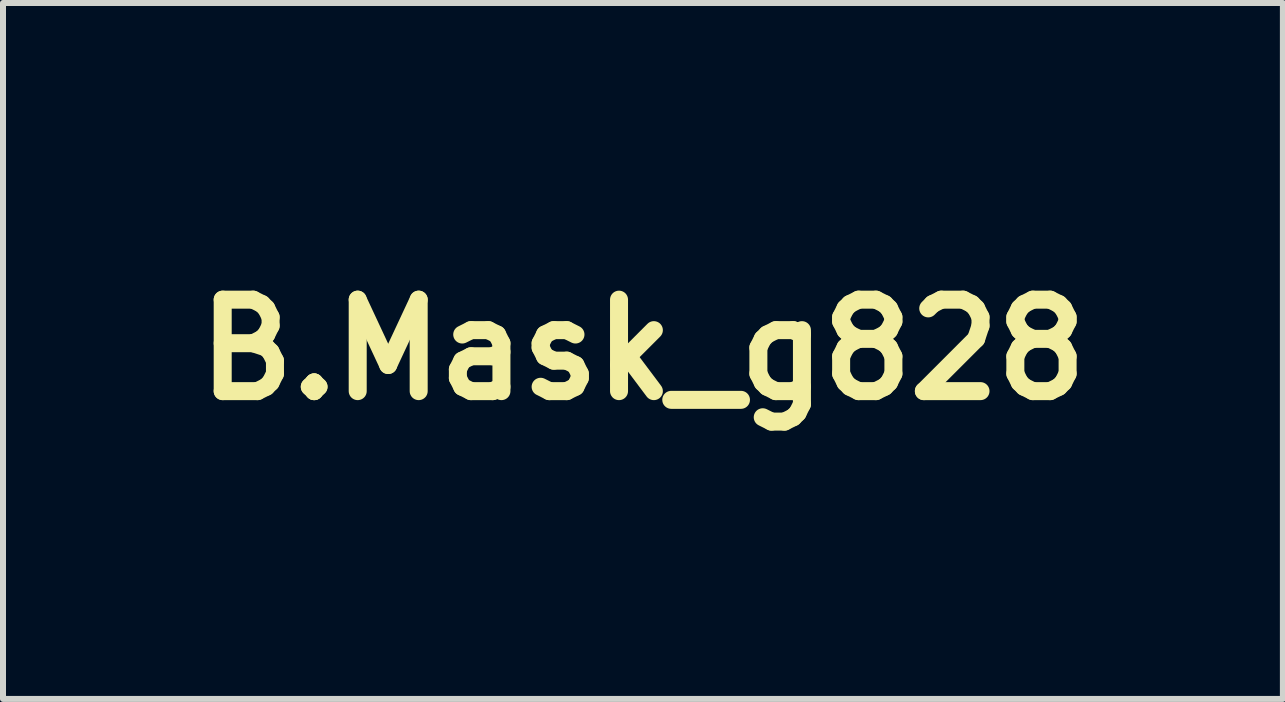
<source format=kicad_pcb>
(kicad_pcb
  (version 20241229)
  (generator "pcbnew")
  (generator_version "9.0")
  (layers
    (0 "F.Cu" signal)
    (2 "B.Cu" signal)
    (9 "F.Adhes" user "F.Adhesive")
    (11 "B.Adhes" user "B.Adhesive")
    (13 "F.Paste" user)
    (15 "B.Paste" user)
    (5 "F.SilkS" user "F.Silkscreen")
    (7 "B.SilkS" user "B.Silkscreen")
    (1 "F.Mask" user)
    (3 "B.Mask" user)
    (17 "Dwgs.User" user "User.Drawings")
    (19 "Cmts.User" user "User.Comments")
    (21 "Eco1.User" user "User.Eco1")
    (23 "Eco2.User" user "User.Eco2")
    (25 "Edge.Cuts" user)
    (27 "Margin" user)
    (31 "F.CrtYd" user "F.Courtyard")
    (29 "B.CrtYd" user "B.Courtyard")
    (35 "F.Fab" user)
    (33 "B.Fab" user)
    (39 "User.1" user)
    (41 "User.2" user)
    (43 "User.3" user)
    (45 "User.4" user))
  (footprint "B.Mask_g828"
    (layer "F.Cu")
    (at 7.664 2.778)
    (property "Reference" "B.Mask_g828" (at 0 0 0) (layer "F.SilkS") (effects (font (size 1.524 1.524) (thickness 0.3))))
    (attr through_hole)
    (fp_poly (pts (xy 0.637 -1.415) (xy 0.667 -1.369) (xy 0.669 -1.364) (xy 0.669 -1.31) (xy 0.656 -1.28) (xy 0.618 -1.258) (xy 0.564 -1.249) (xy 0.516 -1.254) (xy 0.501 -1.263) (xy 0.491 -1.293) (xy 0.487 -1.336) (xy 0.503 -1.391) (xy 0.541 -1.424) (xy 0.59 -1.433) (xy 0.637 -1.415)) (stroke (width 0.01) (type solid)) (fill yes) (layer "B.Mask"))
    (fp_poly (pts (xy 0.628 -1.157) (xy 0.659 -1.139) (xy 0.668 -1.103) (xy 0.675 -1.037) (xy 0.677 -0.952) (xy 0.677 -0.86) (xy 0.673 -0.772) (xy 0.667 -0.698) (xy 0.658 -0.65) (xy 0.652 -0.639) (xy 0.612 -0.62) (xy 0.56 -0.615) (xy 0.515 -0.624) (xy 0.496 -0.642) (xy 0.492 -0.673) (xy 0.49 -0.737) (xy 0.49 -0.824) (xy 0.491 -0.911) (xy 0.497 -1.154) (xy 0.569 -1.16) (xy 0.628 -1.157)) (stroke (width 0.01) (type solid)) (fill yes) (layer "B.Mask"))
    (fp_poly (pts (xy -0.281 -1.172) (xy -0.235 -1.149) (xy -0.2 -1.117) (xy -0.191 -1.095) (xy -0.201 -1.067) (xy -0.229 -1.011) (xy -0.269 -0.937) (xy -0.303 -0.879) (xy -0.416 -0.688) (xy -0.362 -0.564) (xy -0.308 -0.44) (xy -0.358 -0.4) (xy -0.416 -0.365) (xy -0.46 -0.369) (xy -0.484 -0.397) (xy -0.511 -0.451) (xy -0.547 -0.53) (xy -0.59 -0.625) (xy -0.635 -0.728) (xy -0.679 -0.833) (xy -0.719 -0.93) (xy -0.752 -1.012) (xy -0.775 -1.071) (xy -0.783 -1.1) (xy -0.783 -1.1) (xy -0.765 -1.136) (xy -0.723 -1.164) (xy -0.675 -1.174) (xy -0.646 -1.164) (xy -0.623 -1.133) (xy -0.592 -1.077) (xy -0.569 -1.026) (xy -0.54 -0.965) (xy -0.517 -0.923) (xy -0.507 -0.911) (xy -0.491 -0.927) (xy -0.462 -0.972) (xy -0.424 -1.034) (xy -0.422 -1.037) (xy -0.381 -1.102) (xy -0.345 -1.152) (xy -0.32 -1.175) (xy -0.281 -1.172)) (stroke (width 0.01) (type solid)) (fill yes) (layer "B.Mask"))
    (fp_poly (pts (xy 0.155 -1.152) (xy 0.169 -1.144) (xy 0.211 -1.137) (xy 0.225 -1.146) (xy 0.263 -1.159) (xy 0.319 -1.161) (xy 0.321 -1.16) (xy 0.392 -1.154) (xy 0.398 -0.913) (xy 0.399 -0.794) (xy 0.394 -0.71) (xy 0.383 -0.657) (xy 0.361 -0.627) (xy 0.329 -0.615) (xy 0.309 -0.614) (xy 0.261 -0.623) (xy 0.232 -0.653) (xy 0.216 -0.712) (xy 0.212 -0.807) (xy 0.212 -0.809) (xy 0.21 -0.887) (xy 0.204 -0.933) (xy 0.19 -0.958) (xy 0.165 -0.972) (xy 0.164 -0.972) (xy 0.107 -0.982) (xy 0.066 -0.96) (xy 0.039 -0.902) (xy 0.023 -0.806) (xy 0.021 -0.781) (xy 0.015 -0.701) (xy 0.008 -0.654) (xy -0.006 -0.63) (xy -0.029 -0.621) (xy -0.054 -0.618) (xy -0.104 -0.618) (xy -0.133 -0.627) (xy -0.14 -0.654) (xy -0.145 -0.712) (xy -0.148 -0.792) (xy -0.148 -0.831) (xy -0.148 -0.922) (xy -0.144 -0.981) (xy -0.133 -1.021) (xy -0.113 -1.053) (xy -0.08 -1.088) (xy -0.076 -1.092) (xy -0.001 -1.146) (xy 0.08 -1.166) (xy 0.155 -1.152)) (stroke (width 0.01) (type solid)) (fill yes) (layer "B.Mask"))
    (fp_poly (pts (xy 1.995 -1.373) (xy 2.02 -1.345) (xy 2.06 -1.284) (xy 2.109 -1.195) (xy 2.167 -1.085) (xy 2.228 -0.958) (xy 2.291 -0.821) (xy 2.298 -0.807) (xy 2.328 -0.736) (xy 2.343 -0.693) (xy 2.342 -0.668) (xy 2.328 -0.651) (xy 2.318 -0.643) (xy 2.256 -0.615) (xy 2.202 -0.627) (xy 2.155 -0.682) (xy 2.148 -0.693) (xy 2.124 -0.736) (xy 2.099 -0.76) (xy 2.062 -0.772) (xy 2 -0.777) (xy 1.964 -0.779) (xy 1.822 -0.785) (xy 1.78 -0.702) (xy 1.74 -0.637) (xy 1.702 -0.609) (xy 1.655 -0.613) (xy 1.624 -0.627) (xy 1.583 -0.654) (xy 1.566 -0.675) (xy 1.566 -0.675) (xy 1.576 -0.707) (xy 1.601 -0.767) (xy 1.639 -0.849) (xy 1.685 -0.944) (xy 1.7 -0.975) (xy 1.907 -0.975) (xy 1.917 -0.943) (xy 1.964 -0.931) (xy 1.969 -0.931) (xy 2.033 -0.931) (xy 1.998 -0.999) (xy 1.974 -1.042) (xy 1.957 -1.051) (xy 1.938 -1.031) (xy 1.934 -1.027) (xy 1.907 -0.975) (xy 1.7 -0.975) (xy 1.735 -1.046) (xy 1.787 -1.145) (xy 1.835 -1.235) (xy 1.875 -1.308) (xy 1.905 -1.356) (xy 1.918 -1.372) (xy 1.973 -1.381) (xy 1.995 -1.373)) (stroke (width 0.01) (type solid)) (fill yes) (layer "B.Mask"))
    (fp_poly (pts (xy -1.624 -1.391) (xy -1.563 -1.381) (xy -1.539 -1.371) (xy -1.519 -1.336) (xy -1.498 -1.272) (xy -1.479 -1.189) (xy -1.466 -1.099) (xy -1.461 -1.015) (xy -1.461 -1.011) (xy -1.477 -0.955) (xy -1.517 -0.914) (xy -1.567 -0.896) (xy -1.61 -0.906) (xy -1.669 -0.928) (xy -1.722 -0.923) (xy -1.759 -0.898) (xy -1.77 -0.856) (xy -1.765 -0.839) (xy -1.732 -0.802) (xy -1.677 -0.791) (xy -1.616 -0.806) (xy -1.601 -0.815) (xy -1.551 -0.837) (xy -1.508 -0.828) (xy -1.507 -0.828) (xy -1.46 -0.788) (xy -1.448 -0.742) (xy -1.467 -0.697) (xy -1.51 -0.655) (xy -1.571 -0.622) (xy -1.646 -0.602) (xy -1.728 -0.601) (xy -1.767 -0.608) (xy -1.829 -0.64) (xy -1.889 -0.698) (xy -1.934 -0.767) (xy -1.946 -0.8) (xy -1.952 -0.889) (xy -1.926 -0.975) (xy -1.874 -1.049) (xy -1.805 -1.102) (xy -1.724 -1.122) (xy -1.722 -1.122) (xy -1.682 -1.133) (xy -1.672 -1.164) (xy -1.677 -1.188) (xy -1.698 -1.201) (xy -1.744 -1.206) (xy -1.797 -1.206) (xy -1.873 -1.21) (xy -1.917 -1.221) (xy -1.934 -1.24) (xy -1.947 -1.309) (xy -1.926 -1.36) (xy -1.906 -1.375) (xy -1.859 -1.388) (xy -1.786 -1.395) (xy -1.703 -1.396) (xy -1.624 -1.391)) (stroke (width 0.01) (type solid)) (fill yes) (layer "B.Mask"))
    (fp_poly (pts (xy -1.031 -1.387) (xy -0.968 -1.352) (xy -0.943 -1.331) (xy -0.894 -1.282) (xy -0.873 -1.236) (xy -0.868 -1.177) (xy -0.872 -1.116) (xy -0.884 -1.074) (xy -0.889 -1.067) (xy -0.894 -1.033) (xy -0.871 -0.969) (xy -0.866 -0.958) (xy -0.839 -0.895) (xy -0.834 -0.847) (xy -0.845 -0.798) (xy -0.898 -0.704) (xy -0.981 -0.635) (xy -1.023 -0.615) (xy -1.086 -0.597) (xy -1.143 -0.598) (xy -1.21 -0.62) (xy -1.242 -0.634) (xy -1.321 -0.688) (xy -1.373 -0.76) (xy -1.397 -0.842) (xy -1.394 -0.868) (xy -1.201 -0.868) (xy -1.2 -0.818) (xy -1.2 -0.818) (xy -1.17 -0.792) (xy -1.12 -0.784) (xy -1.068 -0.794) (xy -1.036 -0.817) (xy -1.021 -0.859) (xy -1.04 -0.897) (xy -1.087 -0.919) (xy -1.111 -0.921) (xy -1.168 -0.906) (xy -1.201 -0.868) (xy -1.394 -0.868) (xy -1.387 -0.922) (xy -1.358 -0.975) (xy -1.332 -1.016) (xy -1.335 -1.053) (xy -1.347 -1.078) (xy -1.372 -1.164) (xy -1.367 -1.191) (xy -1.18 -1.191) (xy -1.179 -1.151) (xy -1.16 -1.126) (xy -1.115 -1.102) (xy -1.075 -1.119) (xy -1.06 -1.141) (xy -1.054 -1.184) (xy -1.079 -1.214) (xy -1.126 -1.221) (xy -1.142 -1.217) (xy -1.18 -1.191) (xy -1.367 -1.191) (xy -1.359 -1.245) (xy -1.314 -1.314) (xy -1.242 -1.366) (xy -1.147 -1.394) (xy -1.102 -1.397) (xy -1.031 -1.387)) (stroke (width 0.01) (type solid)) (fill yes) (layer "B.Mask"))
    (fp_poly (pts (xy 1.959 -2.756) (xy 2.187 -2.706) (xy 2.39 -2.625) (xy 2.568 -2.517) (xy 2.718 -2.383) (xy 2.842 -2.226) (xy 2.937 -2.049) (xy 3.002 -1.853) (xy 3.038 -1.642) (xy 3.044 -1.418) (xy 3.018 -1.183) (xy 2.959 -0.94) (xy 2.868 -0.69) (xy 2.742 -0.438) (xy 2.582 -0.184) (xy 2.567 -0.164) (xy 2.405 0.04) (xy 2.209 0.248) (xy 1.987 0.453) (xy 1.746 0.649) (xy 1.494 0.831) (xy 1.239 0.99) (xy 1.028 1.103) (xy 0.928 1.151) (xy 0.845 1.184) (xy 0.786 1.204) (xy 0.752 1.208) (xy 0.749 1.195) (xy 0.78 1.166) (xy 0.783 1.164) (xy 0.817 1.138) (xy 0.879 1.092) (xy 0.961 1.031) (xy 1.056 0.96) (xy 1.133 0.903) (xy 1.428 0.67) (xy 1.69 0.433) (xy 1.917 0.195) (xy 2.11 -0.043) (xy 2.267 -0.28) (xy 2.387 -0.514) (xy 2.472 -0.745) (xy 2.52 -0.969) (xy 2.53 -1.187) (xy 2.502 -1.397) (xy 2.436 -1.597) (xy 2.331 -1.787) (xy 2.187 -1.963) (xy 2.161 -1.99) (xy 1.989 -2.138) (xy 1.812 -2.247) (xy 1.625 -2.317) (xy 1.423 -2.352) (xy 1.302 -2.357) (xy 1.086 -2.341) (xy 0.881 -2.292) (xy 0.682 -2.208) (xy 0.486 -2.088) (xy 0.289 -1.93) (xy 0.122 -1.769) (xy 0.053 -1.699) (xy -0.005 -1.646) (xy -0.045 -1.614) (xy -0.063 -1.607) (xy -0.063 -1.609) (xy -0.05 -1.649) (xy -0.014 -1.714) (xy 0.041 -1.796) (xy 0.11 -1.889) (xy 0.186 -1.987) (xy 0.266 -2.081) (xy 0.344 -2.166) (xy 0.359 -2.181) (xy 0.584 -2.38) (xy 0.82 -2.538) (xy 1.068 -2.656) (xy 1.328 -2.733) (xy 1.598 -2.77) (xy 1.707 -2.773) (xy 1.959 -2.756)) (stroke (width 0.01) (type solid)) (fill yes) (layer "B.Mask"))
    (fp_poly (pts (xy 1.357 -1.351) (xy 1.402 -1.343) (xy 1.424 -1.324) (xy 1.433 -1.28) (xy 1.435 -1.254) (xy 1.443 -1.195) (xy 1.46 -1.169) (xy 1.481 -1.164) (xy 1.519 -1.146) (xy 1.535 -1.122) (xy 1.54 -1.063) (xy 1.521 -1.016) (xy 1.484 -0.995) (xy 1.48 -0.995) (xy 1.457 -0.99) (xy 1.445 -0.968) (xy 1.44 -0.92) (xy 1.439 -0.869) (xy 1.429 -0.762) (xy 1.394 -0.688) (xy 1.333 -0.641) (xy 1.244 -0.62) (xy 1.183 -0.615) (xy 1.152 -0.621) (xy 1.137 -0.644) (xy 1.131 -0.664) (xy 1.126 -0.733) (xy 1.151 -0.773) (xy 1.195 -0.783) (xy 1.227 -0.787) (xy 1.243 -0.804) (xy 1.248 -0.847) (xy 1.249 -0.886) (xy 1.249 -0.989) (xy 1.164 -0.987) (xy 1.079 -0.985) (xy 1.079 -0.883) (xy 1.066 -0.768) (xy 1.024 -0.685) (xy 0.954 -0.633) (xy 0.857 -0.614) (xy 0.845 -0.614) (xy 0.796 -0.623) (xy 0.77 -0.644) (xy 0.762 -0.707) (xy 0.785 -0.758) (xy 0.826 -0.783) (xy 0.858 -0.796) (xy 0.875 -0.824) (xy 0.884 -0.878) (xy 0.885 -0.898) (xy 0.887 -0.959) (xy 0.881 -0.986) (xy 0.864 -0.989) (xy 0.856 -0.987) (xy 0.796 -0.982) (xy 0.75 -1.009) (xy 0.734 -1.041) (xy 0.734 -1.105) (xy 0.768 -1.149) (xy 0.825 -1.164) (xy 0.864 -1.168) (xy 0.883 -1.187) (xy 0.891 -1.232) (xy 0.893 -1.254) (xy 0.899 -1.31) (xy 0.914 -1.336) (xy 0.95 -1.344) (xy 0.984 -1.344) (xy 1.037 -1.342) (xy 1.063 -1.328) (xy 1.072 -1.29) (xy 1.075 -1.254) (xy 1.081 -1.198) (xy 1.096 -1.172) (xy 1.132 -1.165) (xy 1.165 -1.164) (xy 1.219 -1.167) (xy 1.243 -1.181) (xy 1.249 -1.217) (xy 1.249 -1.233) (xy 1.257 -1.304) (xy 1.284 -1.342) (xy 1.336 -1.352) (xy 1.357 -1.351)) (stroke (width 0.01) (type solid)) (fill yes) (layer "B.Mask"))
    (fp_poly (pts (xy -1.653 -2.652) (xy -1.412 -2.601) (xy -1.177 -2.513) (xy -0.951 -2.391) (xy -0.737 -2.236) (xy -0.539 -2.05) (xy -0.36 -1.835) (xy -0.203 -1.593) (xy -0.172 -1.537) (xy -0.126 -1.442) (xy -0.104 -1.382) (xy -0.107 -1.356) (xy -0.133 -1.365) (xy -0.181 -1.41) (xy -0.251 -1.49) (xy -0.435 -1.694) (xy -0.631 -1.868) (xy -0.837 -2.013) (xy -1.048 -2.126) (xy -1.261 -2.206) (xy -1.473 -2.252) (xy -1.68 -2.263) (xy -1.879 -2.237) (xy -2.066 -2.173) (xy -2.1 -2.157) (xy -2.241 -2.062) (xy -2.365 -1.936) (xy -2.467 -1.785) (xy -2.543 -1.619) (xy -2.589 -1.445) (xy -2.599 -1.272) (xy -2.597 -1.242) (xy -2.574 -1.114) (xy -2.525 -0.99) (xy -2.448 -0.864) (xy -2.338 -0.731) (xy -2.246 -0.635) (xy -2.154 -0.547) (xy -2.059 -0.464) (xy -1.956 -0.381) (xy -1.842 -0.298) (xy -1.714 -0.211) (xy -1.567 -0.118) (xy -1.397 -0.018) (xy -1.202 0.094) (xy -0.977 0.218) (xy -0.718 0.358) (xy -0.648 0.395) (xy -0.488 0.482) (xy -0.33 0.569) (xy -0.18 0.652) (xy -0.044 0.729) (xy 0.069 0.795) (xy 0.155 0.846) (xy 0.18 0.862) (xy 0.455 1.054) (xy 0.688 1.244) (xy 0.879 1.434) (xy 1.027 1.622) (xy 1.118 1.777) (xy 1.155 1.854) (xy 1.178 1.915) (xy 1.19 1.974) (xy 1.195 2.047) (xy 1.196 2.137) (xy 1.195 2.235) (xy 1.189 2.305) (xy 1.177 2.358) (xy 1.156 2.409) (xy 1.134 2.451) (xy 1.036 2.587) (xy 0.909 2.694) (xy 0.762 2.769) (xy 0.601 2.808) (xy 0.583 2.81) (xy 0.511 2.813) (xy 0.476 2.808) (xy 0.476 2.8) (xy 0.506 2.782) (xy 0.563 2.757) (xy 0.63 2.731) (xy 0.778 2.66) (xy 0.891 2.567) (xy 0.966 2.454) (xy 1.004 2.321) (xy 1.005 2.169) (xy 1 2.136) (xy 0.95 1.946) (xy 0.858 1.763) (xy 0.728 1.59) (xy 0.704 1.564) (xy 0.627 1.487) (xy 0.543 1.413) (xy 0.447 1.34) (xy 0.337 1.266) (xy 0.209 1.189) (xy 0.06 1.107) (xy -0.114 1.018) (xy -0.315 0.92) (xy -0.548 0.812) (xy -0.816 0.691) (xy -0.942 0.635) (xy -1.306 0.47) (xy -1.631 0.315) (xy -1.919 0.169) (xy -2.172 0.029) (xy -2.392 -0.106) (xy -2.58 -0.237) (xy -2.739 -0.367) (xy -2.869 -0.497) (xy -2.974 -0.628) (xy -3.054 -0.763) (xy -3.112 -0.903) (xy -3.149 -1.05) (xy -3.168 -1.205) (xy -3.17 -1.37) (xy -3.168 -1.408) (xy -3.136 -1.653) (xy -3.069 -1.877) (xy -2.969 -2.078) (xy -2.838 -2.253) (xy -2.677 -2.4) (xy -2.489 -2.517) (xy -2.274 -2.603) (xy -2.139 -2.637) (xy -1.896 -2.664) (xy -1.653 -2.652)) (stroke (width 0.01) (type solid)) (fill yes) (layer "B.Mask")))
  (gr_rect
    (start -3 -3)
    (end 18.327 8.596)
    (stroke (width 0.1) (type default))
    (fill no)
    (layer "Edge.Cuts")))
</source>
